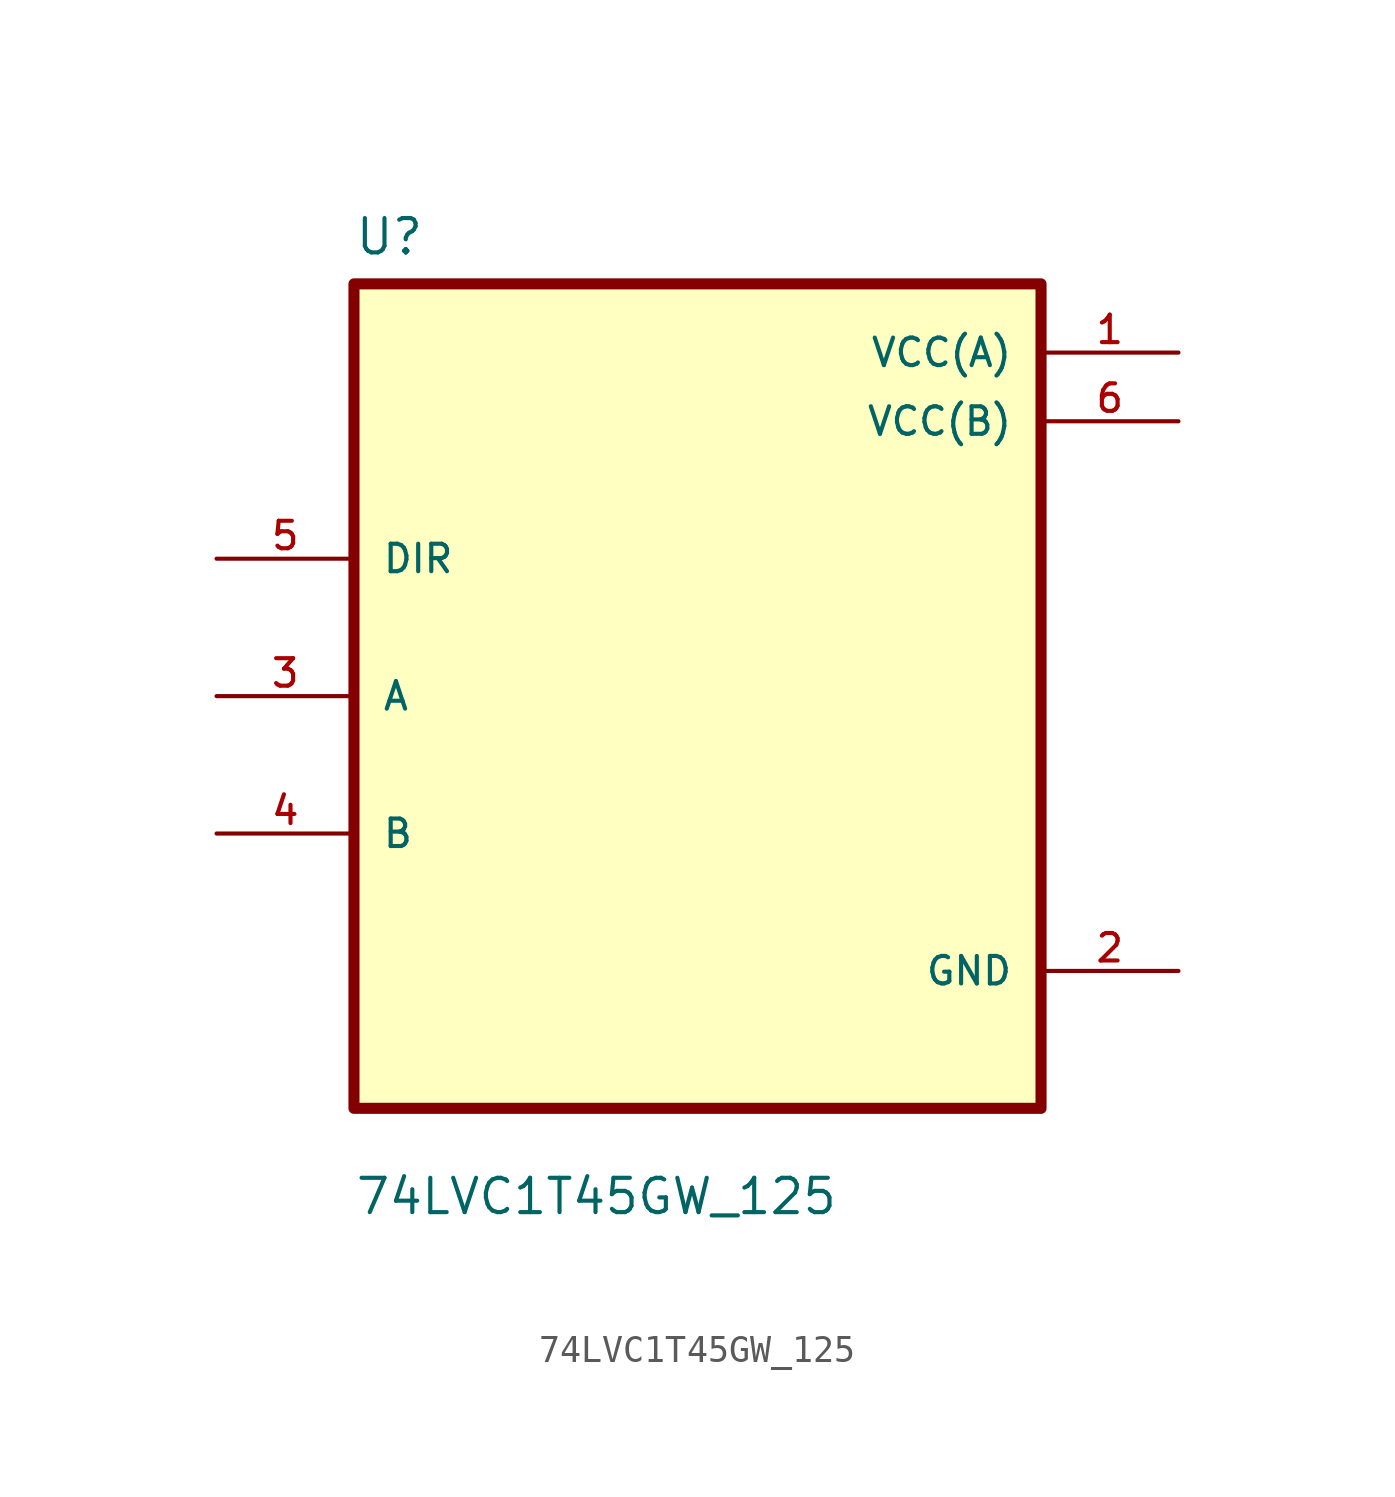
<source format=kicad_sym>
(kicad_symbol_lib
  (version 20211014)
  (generator kicad_symbol_editor)
  (symbol "74LVC1T45GW_125"
    (pin_names
      (offset 1.016))
    (property "Reference" "U"
      (at -12.7 16.24 0.0)
      (effects (font (size 1.27 1.27)) (justify bottom left)))
    (property "Value" "74LVC1T45GW_125"
      (at -12.7 -19.24 0.0)
      (effects (font (size 1.27 1.27)) (justify bottom left)))
    (symbol "74LVC1T45GW_125_0_0"
      (rectangle (start -12.7 -15.24) (end 12.7 15.24) (stroke (width 0.41)) (fill (type background)))
      (pin input line (at -17.78 5.08 0) (length 5.08) (name "DIR" (effects (font (size 1.016 1.016)))) (number "5" (effects (font (size 1.016 1.016)))))
      (pin bidirectional line (at -17.78 0.0 0) (length 5.08) (name "A" (effects (font (size 1.016 1.016)))) (number "3" (effects (font (size 1.016 1.016)))))
      (pin bidirectional line (at -17.78 -5.08 0) (length 5.08) (name "B" (effects (font (size 1.016 1.016)))) (number "4" (effects (font (size 1.016 1.016)))))
      (pin power_in line (at 17.78 12.7 180.0) (length 5.08) (name "VCC(A)" (effects (font (size 1.016 1.016)))) (number "1" (effects (font (size 1.016 1.016)))))
      (pin power_in line (at 17.78 10.16 180.0) (length 5.08) (name "VCC(B)" (effects (font (size 1.016 1.016)))) (number "6" (effects (font (size 1.016 1.016)))))
      (pin power_in line (at 17.78 -10.16 180.0) (length 5.08) (name "GND" (effects (font (size 1.016 1.016)))) (number "2" (effects (font (size 1.016 1.016))))))))
</source>
